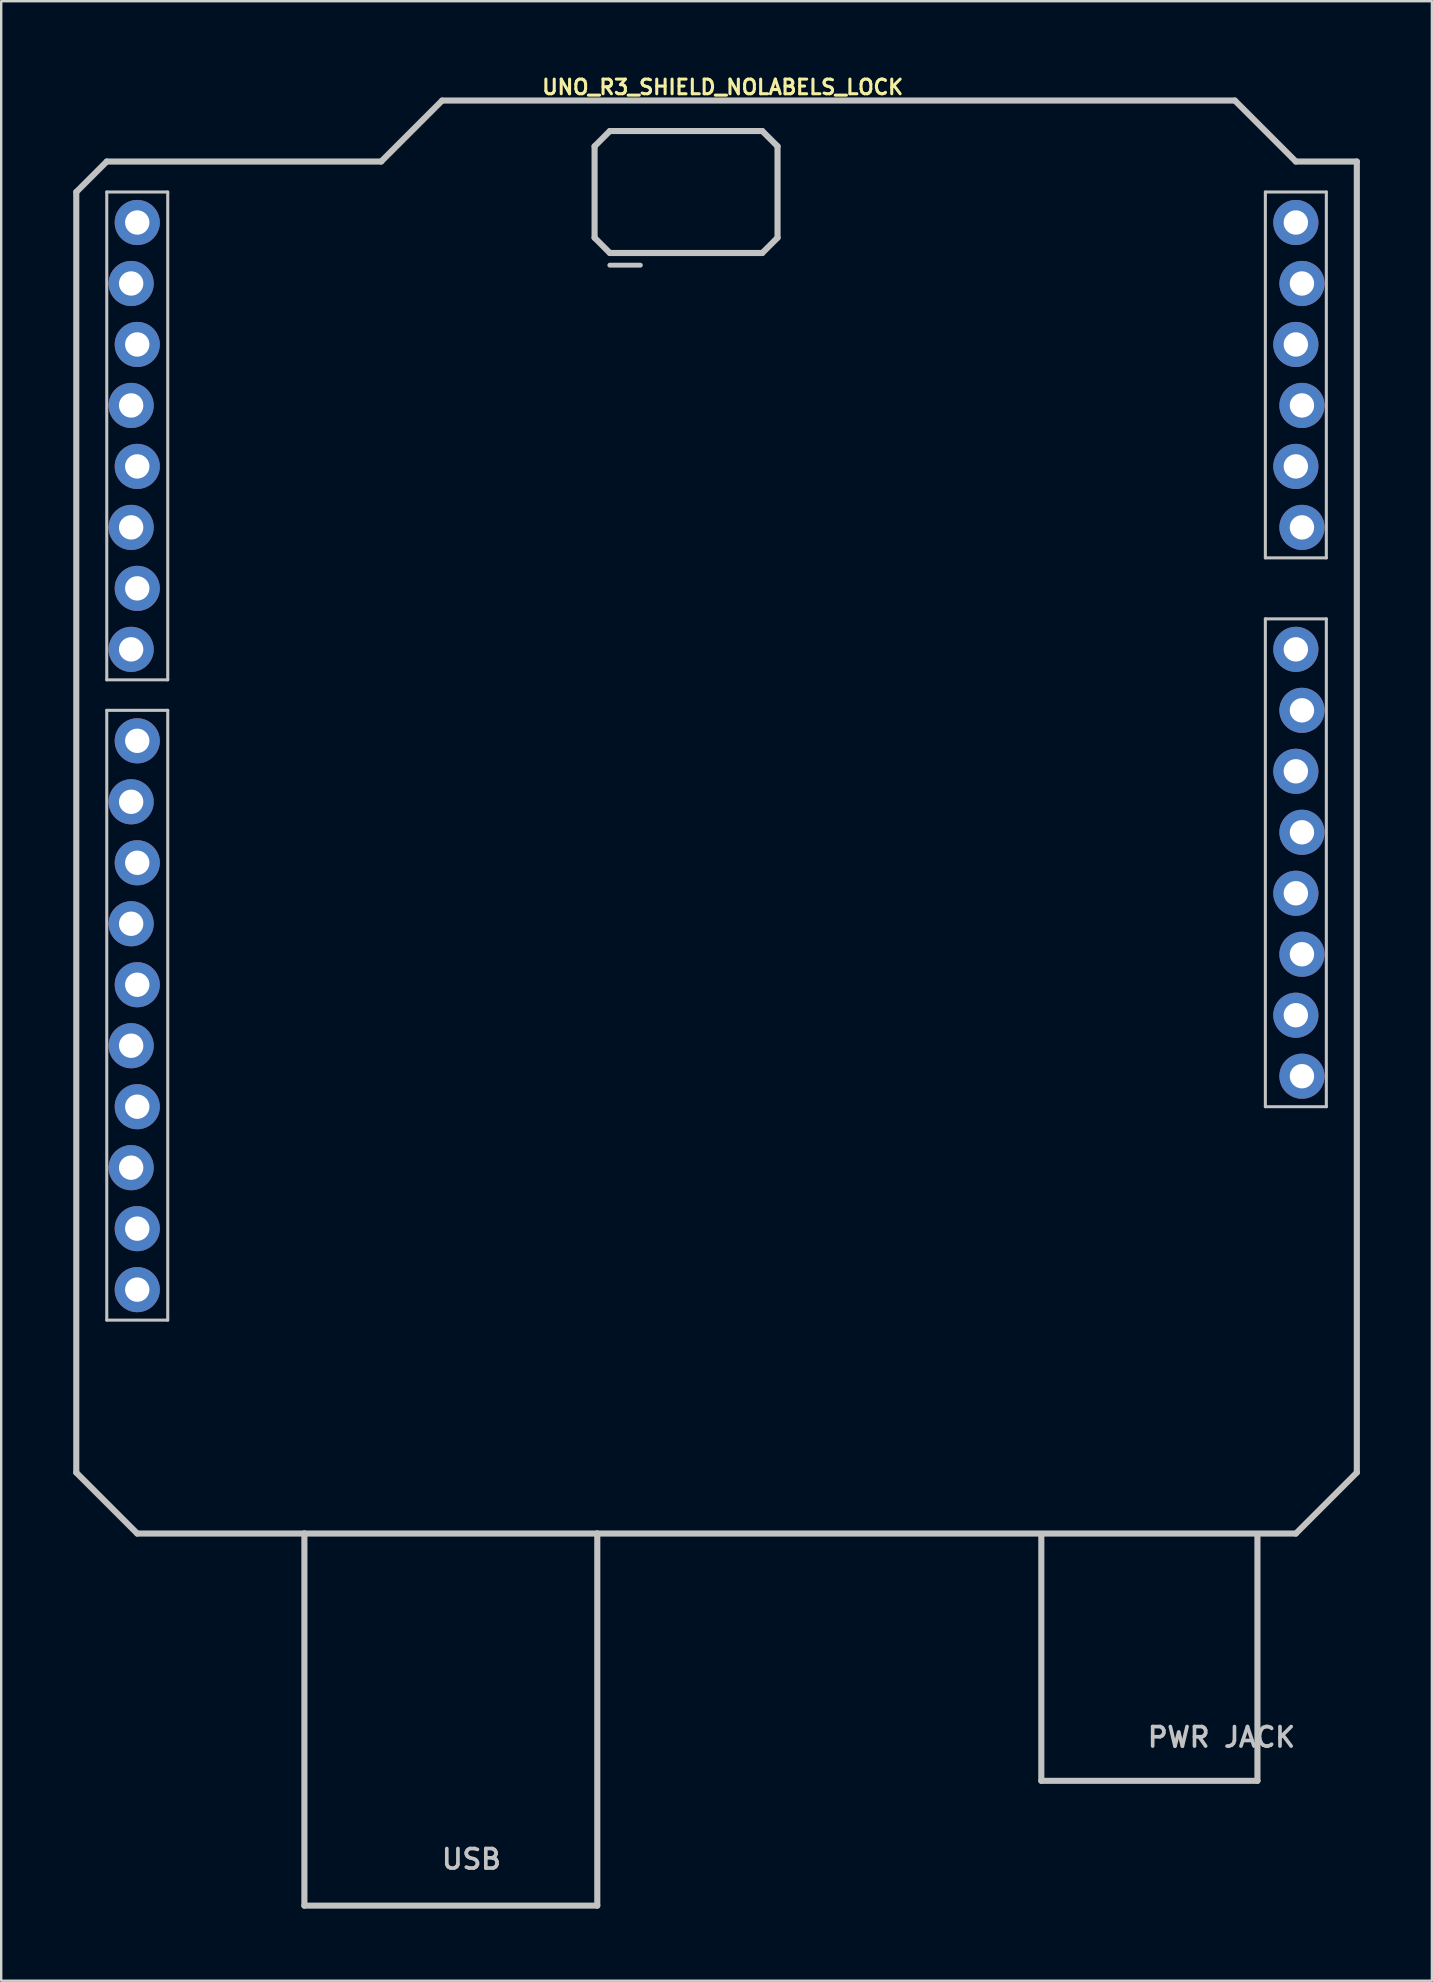
<source format=kicad_pcb>
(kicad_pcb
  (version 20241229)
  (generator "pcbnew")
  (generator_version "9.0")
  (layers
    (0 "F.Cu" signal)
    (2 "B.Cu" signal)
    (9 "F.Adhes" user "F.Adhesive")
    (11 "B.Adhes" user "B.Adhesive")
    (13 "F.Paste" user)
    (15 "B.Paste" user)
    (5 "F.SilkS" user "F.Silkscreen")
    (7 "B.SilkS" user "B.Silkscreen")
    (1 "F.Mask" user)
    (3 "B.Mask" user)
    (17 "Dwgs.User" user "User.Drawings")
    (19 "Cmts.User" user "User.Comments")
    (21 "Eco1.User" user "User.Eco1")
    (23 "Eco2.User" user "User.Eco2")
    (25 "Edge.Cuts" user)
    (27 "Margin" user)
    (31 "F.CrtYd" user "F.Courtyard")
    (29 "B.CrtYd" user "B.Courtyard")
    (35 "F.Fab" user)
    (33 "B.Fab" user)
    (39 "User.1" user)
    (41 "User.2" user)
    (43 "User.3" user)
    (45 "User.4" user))
  (footprint "UNO_R3_SHIELD_NOLABELS_LOCK"
    (layer "F.Cu")
    (at 26.797 30.348)
    (property "Reference" "UNO_R3_SHIELD_NOLABELS_LOCK" (at 0.254 -29.769 0) (layer "F.SilkS") (effects (font (size 0.61 0.61) (thickness 0.127))))
    (attr exclude_from_pos_files exclude_from_bom)
    (fp_line (start -26.67 -25.4) (end -26.67 27.94) (stroke (width 0.254) (type solid)) (layer "Dwgs.User"))
    (fp_line (start -26.67 27.94) (end -24.13 30.48) (stroke (width 0.254) (type solid)) (layer "Dwgs.User"))
    (fp_line (start -25.4 -26.67) (end -26.67 -25.4) (stroke (width 0.254) (type solid)) (layer "Dwgs.User"))
    (fp_line (start -25.4 -25.4) (end -22.86 -25.4) (stroke (width 0.127) (type solid)) (layer "Dwgs.User"))
    (fp_line (start -25.4 -5.08) (end -25.4 -25.4) (stroke (width 0.127) (type solid)) (layer "Dwgs.User"))
    (fp_line (start -25.4 -3.81) (end -22.86 -3.81) (stroke (width 0.127) (type solid)) (layer "Dwgs.User"))
    (fp_line (start -25.4 21.59) (end -25.4 -3.81) (stroke (width 0.127) (type solid)) (layer "Dwgs.User"))
    (fp_line (start -24.13 30.48) (end -17.168 30.48) (stroke (width 0.254) (type solid)) (layer "Dwgs.User"))
    (fp_line (start -22.86 -25.4) (end -22.86 -5.08) (stroke (width 0.127) (type solid)) (layer "Dwgs.User"))
    (fp_line (start -22.86 -5.08) (end -25.4 -5.08) (stroke (width 0.127) (type solid)) (layer "Dwgs.User"))
    (fp_line (start -22.86 -3.81) (end -22.86 21.59) (stroke (width 0.127) (type solid)) (layer "Dwgs.User"))
    (fp_line (start -22.86 21.59) (end -25.4 21.59) (stroke (width 0.127) (type solid)) (layer "Dwgs.User"))
    (fp_line (start -17.168 30.48) (end -4.968 30.48) (stroke (width 0.254) (type solid)) (layer "Dwgs.User"))
    (fp_line (start -17.168 45.979) (end -17.168 30.48) (stroke (width 0.254) (type solid)) (layer "Dwgs.User"))
    (fp_line (start -17.168 45.979) (end -4.968 45.979) (stroke (width 0.254) (type solid)) (layer "Dwgs.User"))
    (fp_line (start -13.97 -26.67) (end -25.4 -26.67) (stroke (width 0.254) (type solid)) (layer "Dwgs.User"))
    (fp_line (start -11.43 -29.21) (end -13.97 -26.67) (stroke (width 0.254) (type solid)) (layer "Dwgs.User"))
    (fp_line (start -5.08 -27.305) (end -4.445 -27.94) (stroke (width 0.254) (type solid)) (layer "Dwgs.User"))
    (fp_line (start -5.08 -23.495) (end -5.08 -27.305) (stroke (width 0.254) (type solid)) (layer "Dwgs.User"))
    (fp_line (start -4.968 30.48) (end 24.13 30.48) (stroke (width 0.254) (type solid)) (layer "Dwgs.User"))
    (fp_line (start -4.968 45.979) (end -4.968 30.48) (stroke (width 0.254) (type solid)) (layer "Dwgs.User"))
    (fp_line (start -4.445 -27.94) (end 1.905 -27.94) (stroke (width 0.254) (type solid)) (layer "Dwgs.User"))
    (fp_line (start -4.445 -22.86) (end -5.08 -23.495) (stroke (width 0.254) (type solid)) (layer "Dwgs.User"))
    (fp_line (start -3.175 -22.352) (end -4.445 -22.352) (stroke (width 0.203) (type solid)) (layer "Dwgs.User"))
    (fp_line (start 1.905 -27.94) (end 2.54 -27.305) (stroke (width 0.254) (type solid)) (layer "Dwgs.User"))
    (fp_line (start 1.905 -22.86) (end -4.445 -22.86) (stroke (width 0.254) (type solid)) (layer "Dwgs.User"))
    (fp_line (start 2.54 -27.305) (end 2.54 -23.495) (stroke (width 0.254) (type solid)) (layer "Dwgs.User"))
    (fp_line (start 2.54 -23.495) (end 1.905 -22.86) (stroke (width 0.254) (type solid)) (layer "Dwgs.User"))
    (fp_line (start 13.528 40.78) (end 13.528 30.579) (stroke (width 0.254) (type solid)) (layer "Dwgs.User"))
    (fp_line (start 13.528 40.78) (end 22.53 40.78) (stroke (width 0.254) (type solid)) (layer "Dwgs.User"))
    (fp_line (start 21.59 -29.21) (end -11.43 -29.21) (stroke (width 0.254) (type solid)) (layer "Dwgs.User"))
    (fp_line (start 22.53 40.78) (end 22.53 30.579) (stroke (width 0.254) (type solid)) (layer "Dwgs.User"))
    (fp_line (start 22.86 -25.4) (end 25.4 -25.4) (stroke (width 0.127) (type solid)) (layer "Dwgs.User"))
    (fp_line (start 22.86 -10.16) (end 22.86 -25.4) (stroke (width 0.127) (type solid)) (layer "Dwgs.User"))
    (fp_line (start 22.86 -7.62) (end 22.86 12.7) (stroke (width 0.127) (type solid)) (layer "Dwgs.User"))
    (fp_line (start 22.86 12.7) (end 25.4 12.7) (stroke (width 0.127) (type solid)) (layer "Dwgs.User"))
    (fp_line (start 24.13 -26.67) (end 21.59 -29.21) (stroke (width 0.254) (type solid)) (layer "Dwgs.User"))
    (fp_line (start 24.13 30.48) (end 26.67 27.94) (stroke (width 0.254) (type solid)) (layer "Dwgs.User"))
    (fp_line (start 25.4 -25.4) (end 25.4 -10.16) (stroke (width 0.127) (type solid)) (layer "Dwgs.User"))
    (fp_line (start 25.4 -10.16) (end 22.86 -10.16) (stroke (width 0.127) (type solid)) (layer "Dwgs.User"))
    (fp_line (start 25.4 -7.62) (end 22.86 -7.62) (stroke (width 0.127) (type solid)) (layer "Dwgs.User"))
    (fp_line (start 25.4 12.7) (end 25.4 -7.62) (stroke (width 0.127) (type solid)) (layer "Dwgs.User"))
    (fp_line (start 26.67 -26.67) (end 24.13 -26.67) (stroke (width 0.254) (type solid)) (layer "Dwgs.User"))
    (fp_line (start 26.67 27.94) (end 26.67 -26.67) (stroke (width 0.254) (type solid)) (layer "Dwgs.User"))
    (fp_text user "USB" (at -10.211 44.044 0) (layer "Dwgs.User") (effects (font (size 0.813 0.813) (thickness 0.152))))
    (fp_text user "PWR JACK" (at 21.031 38.964 0) (layer "Dwgs.User") (effects (font (size 0.813 0.813) (thickness 0.152))))
    (pad "3.3V" thru_hole circle (at 24.13 3.81) (size 1.88 1.88) (drill 1.016) (layers "*.Cu" "*.Paste" "*.Mask"))
    (pad "5V" thru_hole circle (at 24.384 1.27) (size 1.88 1.88) (drill 1.016) (layers "*.Cu" "*.Paste" "*.Mask"))
    (pad "A0" thru_hole circle (at 24.384 -11.43) (size 1.88 1.88) (drill 1.016) (layers "*.Cu" "*.Paste" "*.Mask"))
    (pad "A1" thru_hole circle (at 24.13 -13.97) (size 1.88 1.88) (drill 1.016) (layers "*.Cu" "*.Paste" "*.Mask"))
    (pad "A2" thru_hole circle (at 24.384 -16.51) (size 1.88 1.88) (drill 1.016) (layers "*.Cu" "*.Paste" "*.Mask"))
    (pad "A3" thru_hole circle (at 24.13 -19.05) (size 1.88 1.88) (drill 1.016) (layers "*.Cu" "*.Paste" "*.Mask"))
    (pad "A4" thru_hole circle (at 24.384 -21.59) (size 1.88 1.88) (drill 1.016) (layers "*.Cu" "*.Paste" "*.Mask"))
    (pad "A5" thru_hole circle (at 24.13 -24.13) (size 1.88 1.88) (drill 1.016) (layers "*.Cu" "*.Paste" "*.Mask"))
    (pad "AREF" thru_hole circle (at -24.384 15.24) (size 1.88 1.88) (drill 1.016) (layers "*.Cu" "*.Paste" "*.Mask"))
    (pad "D2" thru_hole circle (at -24.13 -19.05) (size 1.88 1.88) (drill 1.016) (layers "*.Cu" "*.Paste" "*.Mask"))
    (pad "D3" thru_hole circle (at -24.384 -16.51) (size 1.88 1.88) (drill 1.016) (layers "*.Cu" "*.Paste" "*.Mask"))
    (pad "D4" thru_hole circle (at -24.13 -13.97) (size 1.88 1.88) (drill 1.016) (layers "*.Cu" "*.Paste" "*.Mask"))
    (pad "D5" thru_hole circle (at -24.384 -11.43) (size 1.88 1.88) (drill 1.016) (layers "*.Cu" "*.Paste" "*.Mask"))
    (pad "D6" thru_hole circle (at -24.13 -8.89) (size 1.88 1.88) (drill 1.016) (layers "*.Cu" "*.Paste" "*.Mask"))
    (pad "D7" thru_hole circle (at -24.384 -6.35) (size 1.88 1.88) (drill 1.016) (layers "*.Cu" "*.Paste" "*.Mask"))
    (pad "D8" thru_hole circle (at -24.13 -2.54) (size 1.88 1.88) (drill 1.016) (layers "*.Cu" "*.Paste" "*.Mask"))
    (pad "D9" thru_hole circle (at -24.384 0) (size 1.88 1.88) (drill 1.016) (layers "*.Cu" "*.Paste" "*.Mask"))
    (pad "D10" thru_hole circle (at -24.13 2.54) (size 1.88 1.88) (drill 1.016) (layers "*.Cu" "*.Paste" "*.Mask"))
    (pad "D11" thru_hole circle (at -24.384 5.08) (size 1.88 1.88) (drill 1.016) (layers "*.Cu" "*.Paste" "*.Mask"))
    (pad "D12" thru_hole circle (at -24.13 7.62) (size 1.88 1.88) (drill 1.016) (layers "*.Cu" "*.Paste" "*.Mask"))
    (pad "D13" thru_hole circle (at -24.384 10.16) (size 1.88 1.88) (drill 1.016) (layers "*.Cu" "*.Paste" "*.Mask"))
    (pad "GND@" thru_hole circle (at -24.13 12.7) (size 1.88 1.88) (drill 1.016) (layers "*.Cu" "*.Paste" "*.Mask"))
    (pad "GND@" thru_hole circle (at 24.13 -1.27) (size 1.88 1.88) (drill 1.016) (layers "*.Cu" "*.Paste" "*.Mask"))
    (pad "GND@" thru_hole circle (at 24.384 -3.81) (size 1.88 1.88) (drill 1.016) (layers "*.Cu" "*.Paste" "*.Mask"))
    (pad "IORE" thru_hole circle (at 24.13 8.89) (size 1.88 1.88) (drill 1.016) (layers "*.Cu" "*.Paste" "*.Mask"))
    (pad "NC" thru_hole circle (at 24.384 11.43) (size 1.88 1.88) (drill 1.016) (layers "*.Cu" "*.Paste" "*.Mask"))
    (pad "RES" thru_hole circle (at 24.384 6.35) (size 1.88 1.88) (drill 1.016) (layers "*.Cu" "*.Paste" "*.Mask"))
    (pad "RX" thru_hole circle (at -24.13 -24.13) (size 1.88 1.88) (drill 1.016) (layers "*.Cu" "*.Paste" "*.Mask"))
    (pad "SCL" thru_hole circle (at -24.13 20.32) (size 1.88 1.88) (drill 1.016) (layers "*.Cu" "*.Paste" "*.Mask"))
    (pad "SDA" thru_hole circle (at -24.13 17.78) (size 1.88 1.88) (drill 1.016) (layers "*.Cu" "*.Paste" "*.Mask"))
    (pad "TX" thru_hole circle (at -24.384 -21.59) (size 1.88 1.88) (drill 1.016) (layers "*.Cu" "*.Paste" "*.Mask"))
    (pad "VIN" thru_hole circle (at 24.13 -6.35) (size 1.88 1.88) (drill 1.016) (layers "*.Cu" "*.Paste" "*.Mask")))
  (gr_rect
    (start -3 -3)
    (end 56.594 79.454)
    (stroke (width 0.1) (type default))
    (fill no)
    (layer "Edge.Cuts")))
</source>
